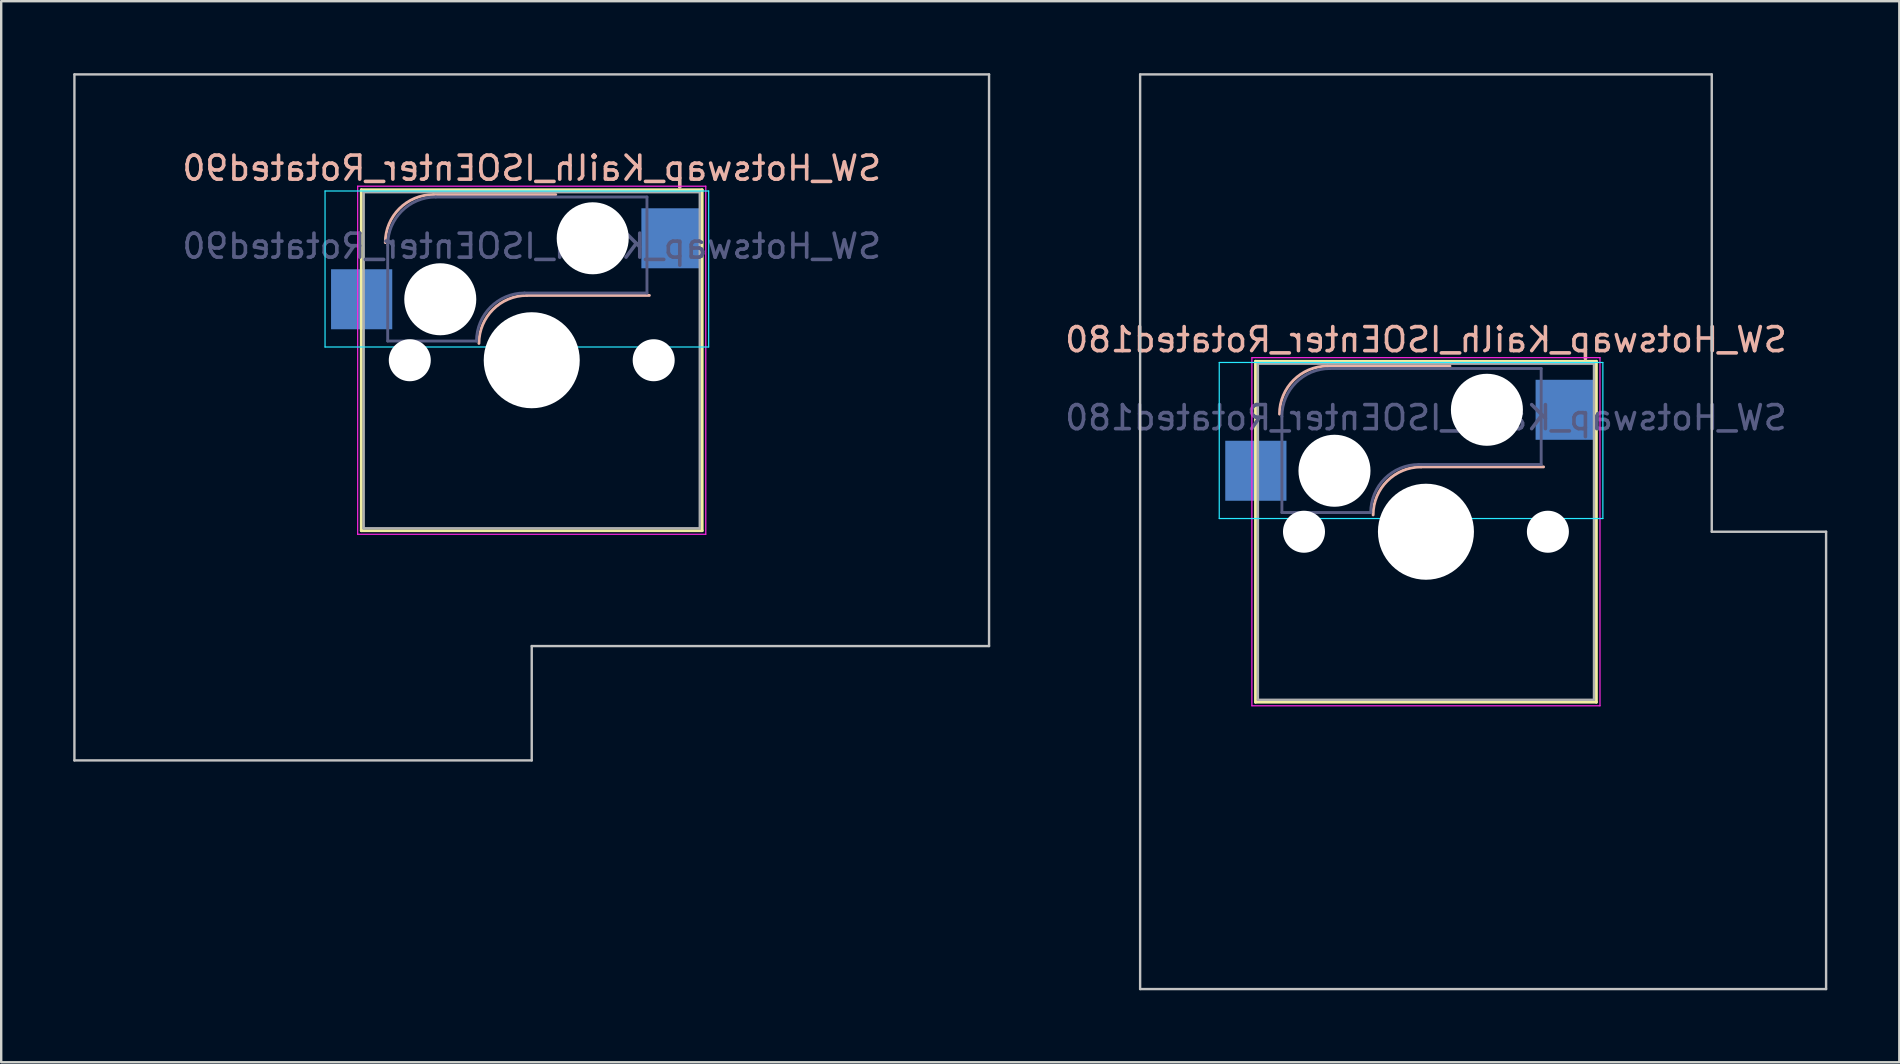
<source format=kicad_pcb>
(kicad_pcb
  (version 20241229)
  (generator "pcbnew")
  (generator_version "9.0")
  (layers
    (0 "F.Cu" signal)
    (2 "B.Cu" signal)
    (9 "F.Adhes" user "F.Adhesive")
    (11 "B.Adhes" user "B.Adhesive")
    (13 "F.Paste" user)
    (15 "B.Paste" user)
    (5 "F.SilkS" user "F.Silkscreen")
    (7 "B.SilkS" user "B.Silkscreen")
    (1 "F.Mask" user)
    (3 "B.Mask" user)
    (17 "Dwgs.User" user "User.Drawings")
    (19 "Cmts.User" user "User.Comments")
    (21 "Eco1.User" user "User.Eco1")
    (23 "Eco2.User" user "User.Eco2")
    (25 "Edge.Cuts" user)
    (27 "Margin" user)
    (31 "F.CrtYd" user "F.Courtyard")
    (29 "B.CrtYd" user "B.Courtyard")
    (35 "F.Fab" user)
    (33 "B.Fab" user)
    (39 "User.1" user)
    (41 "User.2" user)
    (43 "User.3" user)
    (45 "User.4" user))
  (footprint "SW_Hotswap_Kailh_ISOEnter_Rotated90"
    (layer "F.Cu")
    (at 19.1 11.956)
    (property "Reference" "SW_Hotswap_Kailh_ISOEnter_Rotated90" (at 0 -8 0) (layer "B.SilkS") (effects (font (size 1 1) (thickness 0.15)) (justify mirror)))
    (attr smd)
    (fp_line (start -7.1 -7.1) (end -7.1 7.1) (stroke (width 0.12) (type solid)) (layer "F.SilkS"))
    (fp_line (start -7.1 7.1) (end 7.1 7.1) (stroke (width 0.12) (type solid)) (layer "F.SilkS"))
    (fp_line (start 7.1 -7.1) (end -7.1 -7.1) (stroke (width 0.12) (type solid)) (layer "F.SilkS"))
    (fp_line (start 7.1 7.1) (end 7.1 -7.1) (stroke (width 0.12) (type solid)) (layer "F.SilkS"))
    (fp_line (start -4.1 -6.9) (end 1 -6.9) (stroke (width 0.12) (type solid)) (layer "B.SilkS"))
    (fp_line (start -0.2 -2.7) (end 4.9 -2.7) (stroke (width 0.12) (type solid)) (layer "B.SilkS"))
    (fp_arc (start -6.1 -4.9) (mid -5.514214 -6.314214) (end -4.1 -6.9) (stroke (width 0.12) (type solid)) (layer "B.SilkS"))
    (fp_arc (start -2.2 -0.7) (mid -1.614214 -2.114214) (end -0.2 -2.7) (stroke (width 0.12) (type solid)) (layer "B.SilkS"))
    (fp_line (start -19.05 -11.906) (end -19.05 16.669) (stroke (width 0.1) (type solid)) (layer "Dwgs.User"))
    (fp_line (start -19.05 16.669) (end 0 16.669) (stroke (width 0.1) (type solid)) (layer "Dwgs.User"))
    (fp_line (start 0 11.906) (end 19.05 11.906) (stroke (width 0.1) (type solid)) (layer "Dwgs.User"))
    (fp_line (start 0 16.669) (end 0 11.906) (stroke (width 0.1) (type solid)) (layer "Dwgs.User"))
    (fp_line (start 19.05 -11.906) (end -19.05 -11.906) (stroke (width 0.1) (type solid)) (layer "Dwgs.User"))
    (fp_line (start 19.05 11.906) (end 19.05 -11.906) (stroke (width 0.1) (type solid)) (layer "Dwgs.User"))
    (fp_line (start -8.61 -7.05) (end -8.61 -0.55) (stroke (width 0.05) (type solid)) (layer "B.CrtYd"))
    (fp_line (start -8.61 -0.55) (end 7.37 -0.55) (stroke (width 0.05) (type solid)) (layer "B.CrtYd"))
    (fp_line (start 7.37 -7.05) (end -8.61 -7.05) (stroke (width 0.05) (type solid)) (layer "B.CrtYd"))
    (fp_line (start 7.37 -0.55) (end 7.37 -7.05) (stroke (width 0.05) (type solid)) (layer "B.CrtYd"))
    (fp_line (start -7.25 -7.25) (end -7.25 7.25) (stroke (width 0.05) (type solid)) (layer "F.CrtYd"))
    (fp_line (start -7.25 7.25) (end 7.25 7.25) (stroke (width 0.05) (type solid)) (layer "F.CrtYd"))
    (fp_line (start 7.25 -7.25) (end -7.25 -7.25) (stroke (width 0.05) (type solid)) (layer "F.CrtYd"))
    (fp_line (start 7.25 7.25) (end 7.25 -7.25) (stroke (width 0.05) (type solid)) (layer "F.CrtYd"))
    (fp_line (start -6 -0.8) (end -6 -4.8) (stroke (width 0.12) (type solid)) (layer "B.Fab"))
    (fp_line (start -6 -0.8) (end -2.3 -0.8) (stroke (width 0.12) (type solid)) (layer "B.Fab"))
    (fp_line (start -4 -6.8) (end 4.8 -6.8) (stroke (width 0.12) (type solid)) (layer "B.Fab"))
    (fp_line (start -0.3 -2.8) (end 4.8 -2.8) (stroke (width 0.12) (type solid)) (layer "B.Fab"))
    (fp_line (start 4.8 -6.8) (end 4.8 -2.8) (stroke (width 0.12) (type solid)) (layer "B.Fab"))
    (fp_arc (start -6 -4.8) (mid -5.414214 -6.214214) (end -4 -6.8) (stroke (width 0.12) (type solid)) (layer "B.Fab"))
    (fp_arc (start -2.3 -0.8) (mid -1.714214 -2.214214) (end -0.3 -2.8) (stroke (width 0.12) (type solid)) (layer "B.Fab"))
    (fp_line (start -7 -7) (end -7 7) (stroke (width 0.1) (type solid)) (layer "F.Fab"))
    (fp_line (start -7 7) (end 7 7) (stroke (width 0.1) (type solid)) (layer "F.Fab"))
    (fp_line (start 7 -7) (end -7 -7) (stroke (width 0.1) (type solid)) (layer "F.Fab"))
    (fp_line (start 7 7) (end 7 -7) (stroke (width 0.1) (type solid)) (layer "F.Fab"))
    (fp_text user "${REFERENCE}" (at 0 -4.75 0) (layer "B.Fab") (effects (font (size 1 1) (thickness 0.15)) (justify mirror)))
    (pad "" np_thru_hole circle (at -5.08 0) (size 1.75 1.75) (drill 1.75) (layers "*.Cu" "*.Mask"))
    (pad "" np_thru_hole circle (at -3.81 -2.54) (size 3 3) (drill 3) (layers "*.Cu" "*.Mask"))
    (pad "" np_thru_hole circle (at 0 0) (size 4 4) (drill 4) (layers "*.Cu" "*.Mask"))
    (pad "" np_thru_hole circle (at 2.54 -5.08) (size 3 3) (drill 3) (layers "*.Cu" "*.Mask"))
    (pad "" np_thru_hole circle (at 5.08 0) (size 1.75 1.75) (drill 1.75) (layers "*.Cu" "*.Mask"))
    (pad "1" smd rect (at -7.085 -2.54) (size 2.55 2.5) (layers "B.Cu" "B.Mask" "B.Paste"))
    (pad "2" smd rect (at 5.842 -5.08) (size 2.55 2.5) (layers "B.Cu" "B.Mask" "B.Paste")))
  (footprint "SW_Hotswap_Kailh_ISOEnter_Rotated180"
    (layer "F.Cu")
    (at 56.349 19.1)
    (property "Reference" "SW_Hotswap_Kailh_ISOEnter_Rotated180" (at 0 -8 0) (layer "B.SilkS") (effects (font (size 1 1) (thickness 0.15)) (justify mirror)))
    (attr smd)
    (fp_line (start -7.1 -7.1) (end -7.1 7.1) (stroke (width 0.12) (type solid)) (layer "F.SilkS"))
    (fp_line (start -7.1 7.1) (end 7.1 7.1) (stroke (width 0.12) (type solid)) (layer "F.SilkS"))
    (fp_line (start 7.1 -7.1) (end -7.1 -7.1) (stroke (width 0.12) (type solid)) (layer "F.SilkS"))
    (fp_line (start 7.1 7.1) (end 7.1 -7.1) (stroke (width 0.12) (type solid)) (layer "F.SilkS"))
    (fp_line (start -4.1 -6.9) (end 1 -6.9) (stroke (width 0.12) (type solid)) (layer "B.SilkS"))
    (fp_line (start -0.2 -2.7) (end 4.9 -2.7) (stroke (width 0.12) (type solid)) (layer "B.SilkS"))
    (fp_arc (start -6.1 -4.9) (mid -5.514214 -6.314214) (end -4.1 -6.9) (stroke (width 0.12) (type solid)) (layer "B.SilkS"))
    (fp_arc (start -2.2 -0.7) (mid -1.614214 -2.114214) (end -0.2 -2.7) (stroke (width 0.12) (type solid)) (layer "B.SilkS"))
    (fp_line (start -11.906 -19.05) (end -11.906 19.05) (stroke (width 0.1) (type solid)) (layer "Dwgs.User"))
    (fp_line (start -11.906 19.05) (end 16.669 19.05) (stroke (width 0.1) (type solid)) (layer "Dwgs.User"))
    (fp_line (start 11.906 -19.05) (end -11.906 -19.05) (stroke (width 0.1) (type solid)) (layer "Dwgs.User"))
    (fp_line (start 11.906 0) (end 11.906 -19.05) (stroke (width 0.1) (type solid)) (layer "Dwgs.User"))
    (fp_line (start 16.669 0) (end 11.906 0) (stroke (width 0.1) (type solid)) (layer "Dwgs.User"))
    (fp_line (start 16.669 19.05) (end 16.669 0) (stroke (width 0.1) (type solid)) (layer "Dwgs.User"))
    (fp_line (start -8.61 -7.05) (end -8.61 -0.55) (stroke (width 0.05) (type solid)) (layer "B.CrtYd"))
    (fp_line (start -8.61 -0.55) (end 7.37 -0.55) (stroke (width 0.05) (type solid)) (layer "B.CrtYd"))
    (fp_line (start 7.37 -7.05) (end -8.61 -7.05) (stroke (width 0.05) (type solid)) (layer "B.CrtYd"))
    (fp_line (start 7.37 -0.55) (end 7.37 -7.05) (stroke (width 0.05) (type solid)) (layer "B.CrtYd"))
    (fp_line (start -7.25 -7.25) (end -7.25 7.25) (stroke (width 0.05) (type solid)) (layer "F.CrtYd"))
    (fp_line (start -7.25 7.25) (end 7.25 7.25) (stroke (width 0.05) (type solid)) (layer "F.CrtYd"))
    (fp_line (start 7.25 -7.25) (end -7.25 -7.25) (stroke (width 0.05) (type solid)) (layer "F.CrtYd"))
    (fp_line (start 7.25 7.25) (end 7.25 -7.25) (stroke (width 0.05) (type solid)) (layer "F.CrtYd"))
    (fp_line (start -6 -0.8) (end -6 -4.8) (stroke (width 0.12) (type solid)) (layer "B.Fab"))
    (fp_line (start -6 -0.8) (end -2.3 -0.8) (stroke (width 0.12) (type solid)) (layer "B.Fab"))
    (fp_line (start -4 -6.8) (end 4.8 -6.8) (stroke (width 0.12) (type solid)) (layer "B.Fab"))
    (fp_line (start -0.3 -2.8) (end 4.8 -2.8) (stroke (width 0.12) (type solid)) (layer "B.Fab"))
    (fp_line (start 4.8 -6.8) (end 4.8 -2.8) (stroke (width 0.12) (type solid)) (layer "B.Fab"))
    (fp_arc (start -6 -4.8) (mid -5.414214 -6.214214) (end -4 -6.8) (stroke (width 0.12) (type solid)) (layer "B.Fab"))
    (fp_arc (start -2.3 -0.8) (mid -1.714214 -2.214214) (end -0.3 -2.8) (stroke (width 0.12) (type solid)) (layer "B.Fab"))
    (fp_line (start -7 -7) (end -7 7) (stroke (width 0.1) (type solid)) (layer "F.Fab"))
    (fp_line (start -7 7) (end 7 7) (stroke (width 0.1) (type solid)) (layer "F.Fab"))
    (fp_line (start 7 -7) (end -7 -7) (stroke (width 0.1) (type solid)) (layer "F.Fab"))
    (fp_line (start 7 7) (end 7 -7) (stroke (width 0.1) (type solid)) (layer "F.Fab"))
    (fp_text user "${REFERENCE}" (at 0 -4.75 0) (layer "B.Fab") (effects (font (size 1 1) (thickness 0.15)) (justify mirror)))
    (pad "" np_thru_hole circle (at -5.08 0) (size 1.75 1.75) (drill 1.75) (layers "*.Cu" "*.Mask"))
    (pad "" np_thru_hole circle (at -3.81 -2.54) (size 3 3) (drill 3) (layers "*.Cu" "*.Mask"))
    (pad "" np_thru_hole circle (at 0 0) (size 4 4) (drill 4) (layers "*.Cu" "*.Mask"))
    (pad "" np_thru_hole circle (at 2.54 -5.08) (size 3 3) (drill 3) (layers "*.Cu" "*.Mask"))
    (pad "" np_thru_hole circle (at 5.08 0) (size 1.75 1.75) (drill 1.75) (layers "*.Cu" "*.Mask"))
    (pad "1" smd rect (at -7.085 -2.54) (size 2.55 2.5) (layers "B.Cu" "B.Mask" "B.Paste"))
    (pad "2" smd rect (at 5.842 -5.08) (size 2.55 2.5) (layers "B.Cu" "B.Mask" "B.Paste")))
  (gr_rect
    (start -3 -3)
    (end 76.068 41.2)
    (stroke (width 0.1) (type default))
    (fill no)
    (layer "Edge.Cuts")))
</source>
